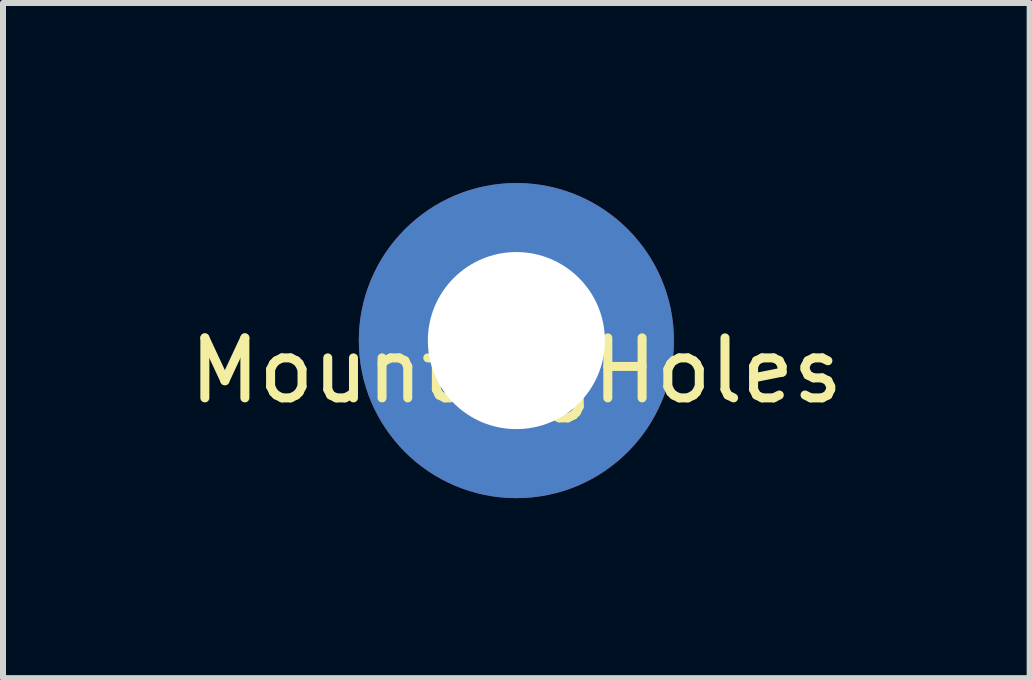
<source format=kicad_pcb>
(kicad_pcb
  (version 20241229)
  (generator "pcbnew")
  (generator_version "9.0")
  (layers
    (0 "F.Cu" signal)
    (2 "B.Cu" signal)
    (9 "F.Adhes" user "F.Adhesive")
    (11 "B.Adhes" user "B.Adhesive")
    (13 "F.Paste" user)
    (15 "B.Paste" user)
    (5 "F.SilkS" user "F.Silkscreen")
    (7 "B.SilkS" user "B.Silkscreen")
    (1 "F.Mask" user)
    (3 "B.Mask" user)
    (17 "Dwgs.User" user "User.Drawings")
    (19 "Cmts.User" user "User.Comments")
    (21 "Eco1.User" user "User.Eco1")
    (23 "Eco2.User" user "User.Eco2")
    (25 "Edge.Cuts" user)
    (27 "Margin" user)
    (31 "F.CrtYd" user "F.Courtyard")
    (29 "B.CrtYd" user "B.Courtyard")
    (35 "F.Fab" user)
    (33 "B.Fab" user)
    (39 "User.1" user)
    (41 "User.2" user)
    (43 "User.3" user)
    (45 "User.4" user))
  (footprint "MountingHoles"
    (layer "F.Cu")
    (at 5.554 2.625)
    (property "Reference" "MountingHoles" (at 0 0.5 0) (layer "F.SilkS") (effects (font (size 1 1) (thickness 0.15))))
    (attr through_hole)
    (pad "1" thru_hole circle (at 0 0) (size 5.25 5.25) (drill 2.95) (layers "*.Cu" "*.Mask")))
  (gr_rect
    (start -3 -3)
    (end 14.107 8.25)
    (stroke (width 0.1) (type default))
    (fill no)
    (layer "Edge.Cuts")))
</source>
